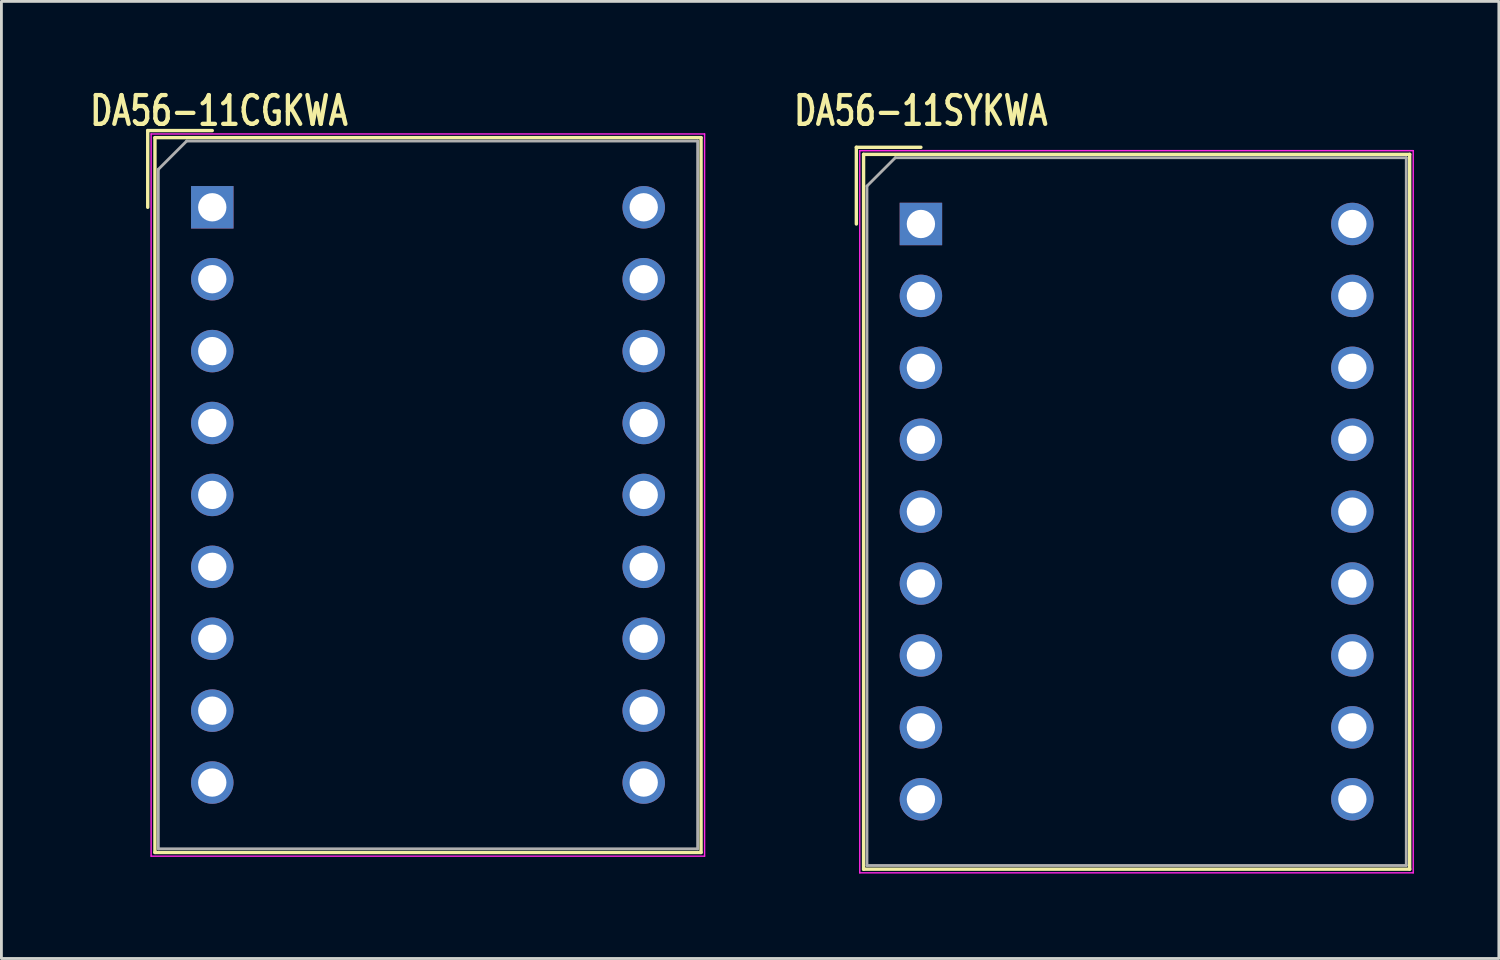
<source format=kicad_pcb>
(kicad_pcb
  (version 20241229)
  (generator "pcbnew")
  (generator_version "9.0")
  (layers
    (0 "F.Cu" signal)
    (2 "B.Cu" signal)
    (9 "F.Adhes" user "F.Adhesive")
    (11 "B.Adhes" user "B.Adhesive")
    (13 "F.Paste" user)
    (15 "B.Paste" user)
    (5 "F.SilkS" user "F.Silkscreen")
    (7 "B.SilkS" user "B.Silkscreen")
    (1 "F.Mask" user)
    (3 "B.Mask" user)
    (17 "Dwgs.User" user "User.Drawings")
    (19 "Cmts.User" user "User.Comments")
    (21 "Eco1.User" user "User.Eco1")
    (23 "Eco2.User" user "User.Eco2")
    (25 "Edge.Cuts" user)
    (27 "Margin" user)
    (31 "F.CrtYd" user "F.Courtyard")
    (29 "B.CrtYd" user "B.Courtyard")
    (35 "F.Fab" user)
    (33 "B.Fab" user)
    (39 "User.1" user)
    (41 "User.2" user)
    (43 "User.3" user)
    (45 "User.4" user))
  (footprint "DA56-11SYKWA"
    (layer "F.Cu")
    (at 29.479 4.862)
    (property "Reference" "DA56-11SYKWA" (at 0 -4 0) (layer "F.SilkS") (effects (font (size 1.016 0.762) (thickness 0.152))))
    (attr through_hole)
    (fp_line (start -2.28 -2.71) (end -2.28 0) (stroke (width 0.12) (type solid)) (layer "F.SilkS"))
    (fp_line (start -2.28 -2.71) (end 0 -2.71) (stroke (width 0.12) (type solid)) (layer "F.SilkS"))
    (fp_line (start -2.025 -2.46) (end 17.265 -2.46) (stroke (width 0.12) (type solid)) (layer "F.SilkS"))
    (fp_line (start -2.025 22.79) (end -2.025 -2.46) (stroke (width 0.12) (type solid)) (layer "F.SilkS"))
    (fp_line (start 17.265 -2.46) (end 17.265 22.79) (stroke (width 0.12) (type solid)) (layer "F.SilkS"))
    (fp_line (start 17.265 22.79) (end -2.025 22.79) (stroke (width 0.12) (type solid)) (layer "F.SilkS"))
    (fp_line (start -2.16 -2.59) (end 17.39 -2.59) (stroke (width 0.05) (type solid)) (layer "F.CrtYd"))
    (fp_line (start -2.16 22.92) (end -2.16 -2.59) (stroke (width 0.05) (type solid)) (layer "F.CrtYd"))
    (fp_line (start 17.39 -2.59) (end 17.39 22.92) (stroke (width 0.05) (type solid)) (layer "F.CrtYd"))
    (fp_line (start 17.39 22.92) (end -2.16 22.92) (stroke (width 0.05) (type solid)) (layer "F.CrtYd"))
    (fp_line (start -1.905 -1.34) (end -0.905 -2.34) (stroke (width 0.1) (type solid)) (layer "F.Fab"))
    (fp_line (start -1.905 22.66) (end -1.905 -1.34) (stroke (width 0.1) (type solid)) (layer "F.Fab"))
    (fp_line (start -0.905 -2.34) (end 17.145 -2.34) (stroke (width 0.1) (type solid)) (layer "F.Fab"))
    (fp_line (start 17.145 -2.34) (end 17.145 22.66) (stroke (width 0.1) (type solid)) (layer "F.Fab"))
    (fp_line (start 17.145 22.66) (end -1.905 22.66) (stroke (width 0.1) (type solid)) (layer "F.Fab"))
    (pad "1" thru_hole rect (at 0 0) (size 1.5 1.5) (drill 1) (layers "*.Cu" "*.Mask"))
    (pad "2" thru_hole circle (at 0 2.54) (size 1.5 1.5) (drill 1) (layers "*.Cu" "*.Mask"))
    (pad "3" thru_hole circle (at 0 5.08) (size 1.5 1.5) (drill 1) (layers "*.Cu" "*.Mask"))
    (pad "4" thru_hole circle (at 0 7.62) (size 1.5 1.5) (drill 1) (layers "*.Cu" "*.Mask"))
    (pad "5" thru_hole circle (at 0 10.16) (size 1.5 1.5) (drill 1) (layers "*.Cu" "*.Mask"))
    (pad "6" thru_hole circle (at 0 12.7) (size 1.5 1.5) (drill 1) (layers "*.Cu" "*.Mask"))
    (pad "7" thru_hole circle (at 0 15.24) (size 1.5 1.5) (drill 1) (layers "*.Cu" "*.Mask"))
    (pad "8" thru_hole circle (at 0 17.78) (size 1.5 1.5) (drill 1) (layers "*.Cu" "*.Mask"))
    (pad "9" thru_hole circle (at 0 20.32) (size 1.5 1.5) (drill 1) (layers "*.Cu" "*.Mask"))
    (pad "10" thru_hole circle (at 15.24 20.32) (size 1.5 1.5) (drill 1) (layers "*.Cu" "*.Mask"))
    (pad "11" thru_hole circle (at 15.24 17.78) (size 1.5 1.5) (drill 1) (layers "*.Cu" "*.Mask"))
    (pad "12" thru_hole circle (at 15.24 15.24) (size 1.5 1.5) (drill 1) (layers "*.Cu" "*.Mask"))
    (pad "13" thru_hole circle (at 15.24 12.7) (size 1.5 1.5) (drill 1) (layers "*.Cu" "*.Mask"))
    (pad "14" thru_hole circle (at 15.24 10.16) (size 1.5 1.5) (drill 1) (layers "*.Cu" "*.Mask"))
    (pad "15" thru_hole circle (at 15.24 7.62) (size 1.5 1.5) (drill 1) (layers "*.Cu" "*.Mask"))
    (pad "16" thru_hole circle (at 15.24 5.08) (size 1.5 1.5) (drill 1) (layers "*.Cu" "*.Mask"))
    (pad "17" thru_hole circle (at 15.24 2.54) (size 1.5 1.5) (drill 1) (layers "*.Cu" "*.Mask"))
    (pad "18" thru_hole circle (at 15.24 0) (size 1.5 1.5) (drill 1) (layers "*.Cu" "*.Mask")))
  (footprint "DA56-11CGKWA"
    (layer "F.Cu")
    (at 4.448 4.272)
    (property "Reference" "DA56-11CGKWA" (at 0.24 -3.41 0) (layer "F.SilkS") (effects (font (size 1.016 0.762) (thickness 0.152))))
    (attr through_hole)
    (fp_line (start -2.28 -2.71) (end -2.28 0) (stroke (width 0.12) (type solid)) (layer "F.SilkS"))
    (fp_line (start -2.28 -2.71) (end 0 -2.71) (stroke (width 0.12) (type solid)) (layer "F.SilkS"))
    (fp_line (start -2.025 -2.46) (end 17.265 -2.46) (stroke (width 0.12) (type solid)) (layer "F.SilkS"))
    (fp_line (start -2.025 22.79) (end -2.025 -2.46) (stroke (width 0.12) (type solid)) (layer "F.SilkS"))
    (fp_line (start 17.265 -2.46) (end 17.265 22.79) (stroke (width 0.12) (type solid)) (layer "F.SilkS"))
    (fp_line (start 17.265 22.79) (end -2.025 22.79) (stroke (width 0.12) (type solid)) (layer "F.SilkS"))
    (fp_line (start -2.16 -2.59) (end 17.39 -2.59) (stroke (width 0.05) (type solid)) (layer "F.CrtYd"))
    (fp_line (start -2.16 22.92) (end -2.16 -2.59) (stroke (width 0.05) (type solid)) (layer "F.CrtYd"))
    (fp_line (start 17.39 -2.59) (end 17.39 22.92) (stroke (width 0.05) (type solid)) (layer "F.CrtYd"))
    (fp_line (start 17.39 22.92) (end -2.16 22.92) (stroke (width 0.05) (type solid)) (layer "F.CrtYd"))
    (fp_line (start -1.905 -1.34) (end -0.905 -2.34) (stroke (width 0.1) (type solid)) (layer "F.Fab"))
    (fp_line (start -1.905 22.66) (end -1.905 -1.34) (stroke (width 0.1) (type solid)) (layer "F.Fab"))
    (fp_line (start -0.905 -2.34) (end 17.145 -2.34) (stroke (width 0.1) (type solid)) (layer "F.Fab"))
    (fp_line (start 17.145 -2.34) (end 17.145 22.66) (stroke (width 0.1) (type solid)) (layer "F.Fab"))
    (fp_line (start 17.145 22.66) (end -1.905 22.66) (stroke (width 0.1) (type solid)) (layer "F.Fab"))
    (pad "1" thru_hole rect (at 0 0) (size 1.5 1.5) (drill 1) (layers "*.Cu" "*.Mask"))
    (pad "2" thru_hole circle (at 0 2.54) (size 1.5 1.5) (drill 1) (layers "*.Cu" "*.Mask"))
    (pad "3" thru_hole circle (at 0 5.08) (size 1.5 1.5) (drill 1) (layers "*.Cu" "*.Mask"))
    (pad "4" thru_hole circle (at 0 7.62) (size 1.5 1.5) (drill 1) (layers "*.Cu" "*.Mask"))
    (pad "5" thru_hole circle (at 0 10.16) (size 1.5 1.5) (drill 1) (layers "*.Cu" "*.Mask"))
    (pad "6" thru_hole circle (at 0 12.7) (size 1.5 1.5) (drill 1) (layers "*.Cu" "*.Mask"))
    (pad "7" thru_hole circle (at 0 15.24) (size 1.5 1.5) (drill 1) (layers "*.Cu" "*.Mask"))
    (pad "8" thru_hole circle (at 0 17.78) (size 1.5 1.5) (drill 1) (layers "*.Cu" "*.Mask"))
    (pad "9" thru_hole circle (at 0 20.32) (size 1.5 1.5) (drill 1) (layers "*.Cu" "*.Mask"))
    (pad "10" thru_hole circle (at 15.24 20.32) (size 1.5 1.5) (drill 1) (layers "*.Cu" "*.Mask"))
    (pad "11" thru_hole circle (at 15.24 17.78) (size 1.5 1.5) (drill 1) (layers "*.Cu" "*.Mask"))
    (pad "12" thru_hole circle (at 15.24 15.24) (size 1.5 1.5) (drill 1) (layers "*.Cu" "*.Mask"))
    (pad "13" thru_hole circle (at 15.24 12.7) (size 1.5 1.5) (drill 1) (layers "*.Cu" "*.Mask"))
    (pad "14" thru_hole circle (at 15.24 10.16) (size 1.5 1.5) (drill 1) (layers "*.Cu" "*.Mask"))
    (pad "15" thru_hole circle (at 15.24 7.62) (size 1.5 1.5) (drill 1) (layers "*.Cu" "*.Mask"))
    (pad "16" thru_hole circle (at 15.24 5.08) (size 1.5 1.5) (drill 1) (layers "*.Cu" "*.Mask"))
    (pad "17" thru_hole circle (at 15.24 2.54) (size 1.5 1.5) (drill 1) (layers "*.Cu" "*.Mask"))
    (pad "18" thru_hole circle (at 15.24 0) (size 1.5 1.5) (drill 1) (layers "*.Cu" "*.Mask")))
  (gr_rect
    (start -3 -3)
    (end 49.894 30.807)
    (stroke (width 0.1) (type default))
    (fill no)
    (layer "Edge.Cuts")))
</source>
